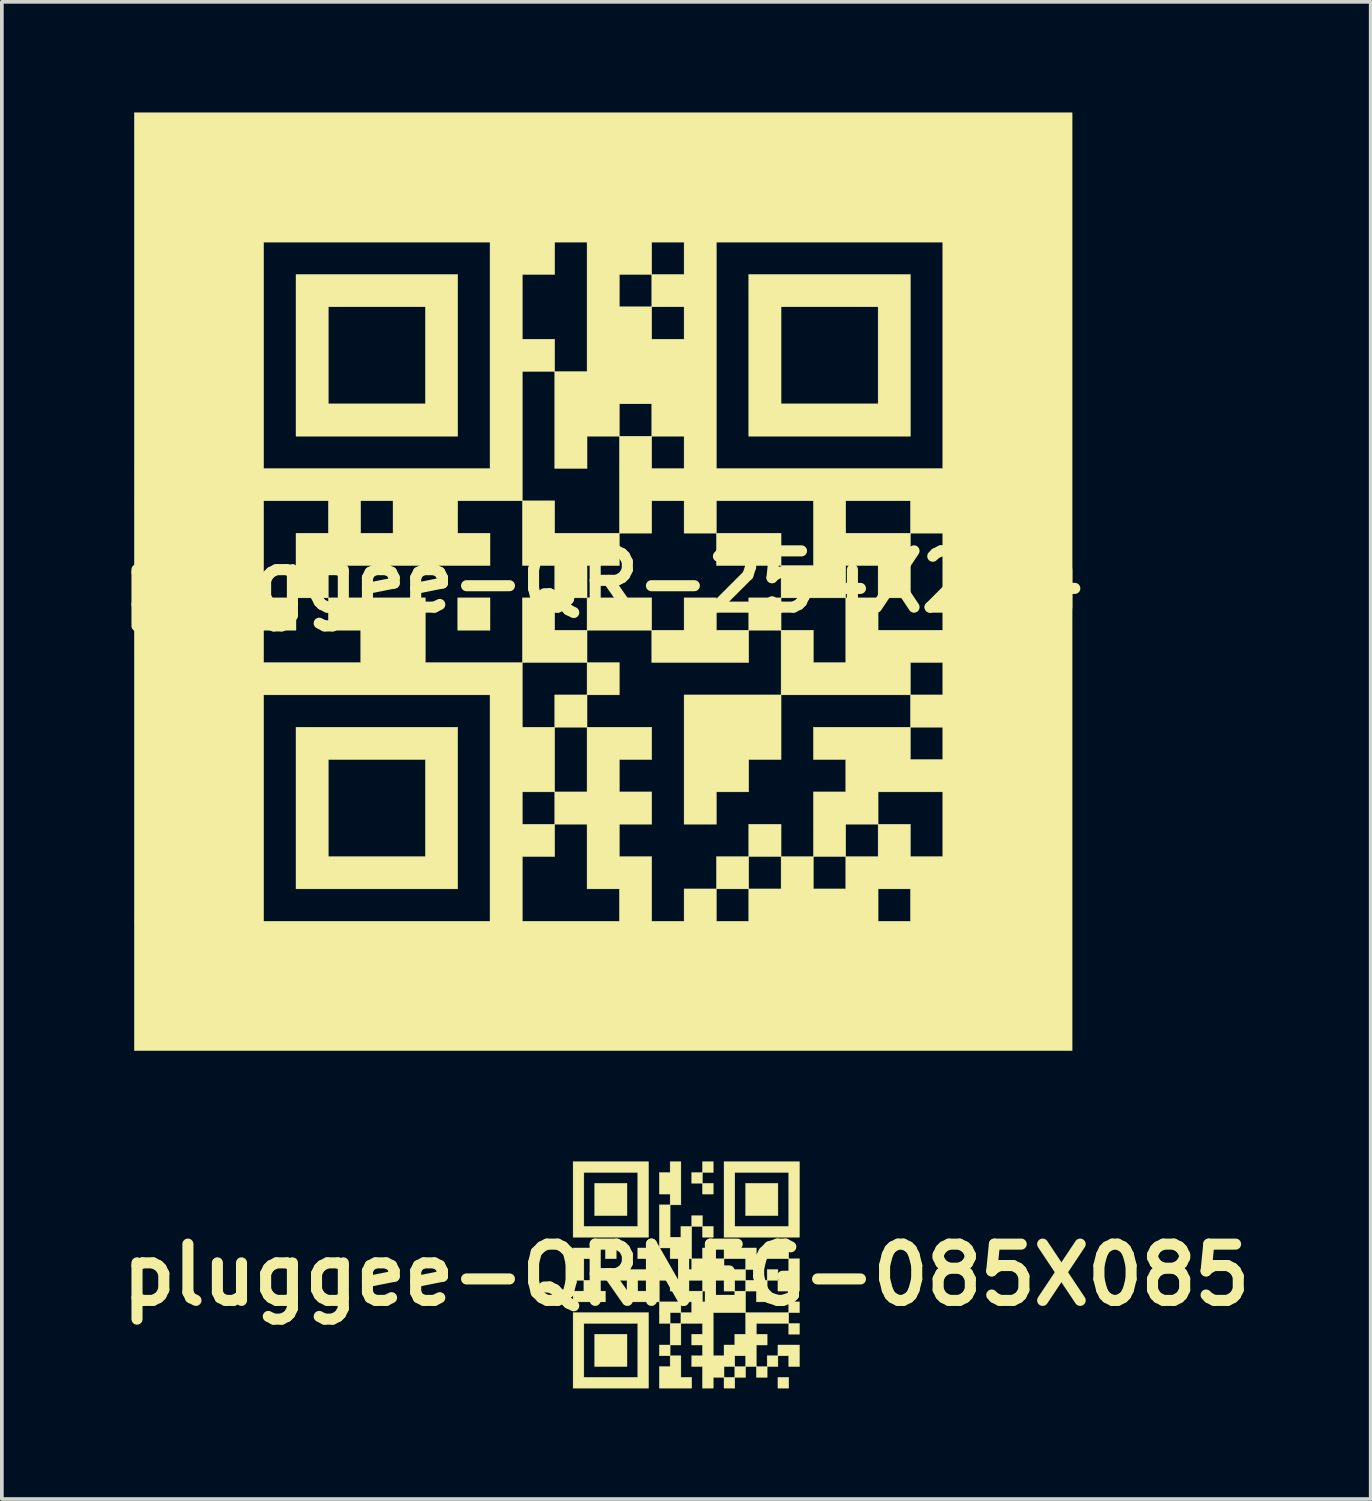
<source format=kicad_pcb>
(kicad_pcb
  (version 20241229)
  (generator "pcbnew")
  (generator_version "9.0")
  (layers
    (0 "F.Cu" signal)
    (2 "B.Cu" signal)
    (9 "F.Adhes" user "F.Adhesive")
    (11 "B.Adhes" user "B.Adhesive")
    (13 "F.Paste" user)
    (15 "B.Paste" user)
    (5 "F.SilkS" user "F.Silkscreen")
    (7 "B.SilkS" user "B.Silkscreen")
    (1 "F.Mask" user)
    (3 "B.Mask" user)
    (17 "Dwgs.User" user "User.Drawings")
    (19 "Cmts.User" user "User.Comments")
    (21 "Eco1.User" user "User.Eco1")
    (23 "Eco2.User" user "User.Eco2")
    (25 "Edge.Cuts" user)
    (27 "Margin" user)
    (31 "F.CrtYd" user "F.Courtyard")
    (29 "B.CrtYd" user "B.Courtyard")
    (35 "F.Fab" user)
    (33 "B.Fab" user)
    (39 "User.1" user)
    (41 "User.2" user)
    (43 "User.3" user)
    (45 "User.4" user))
  (footprint "pluggee-QRNEG-085X085"
    (layer "F.Cu")
    (at 15.538 31.481)
    (property "Reference" "pluggee-QRNEG-085X085" (at 0 0 0) (layer "F.SilkS") (effects (font (size 1.524 1.524) (thickness 0.3))))
    (attr through_hole)
    (fp_poly (pts (xy -1.898 -0.438) (xy -2.19 -0.438) (xy -2.19 -0.73) (xy -1.898 -0.73) (xy -1.898 -0.438)) (stroke (width 0.01) (type solid)) (fill yes) (layer "F.SilkS"))
    (fp_poly (pts (xy -1.606 -1.606) (xy -2.482 -1.606) (xy -2.482 -2.482) (xy -1.606 -2.482) (xy -1.606 -1.606)) (stroke (width 0.01) (type solid)) (fill yes) (layer "F.SilkS"))
    (fp_poly (pts (xy -1.606 2.482) (xy -2.482 2.482) (xy -2.482 1.606) (xy -1.606 1.606) (xy -1.606 2.482)) (stroke (width 0.01) (type solid)) (fill yes) (layer "F.SilkS"))
    (fp_poly (pts (xy -0.438 2.19) (xy -0.73 2.19) (xy -0.73 1.898) (xy -0.438 1.898) (xy -0.438 2.19)) (stroke (width 0.01) (type solid)) (fill yes) (layer "F.SilkS"))
    (fp_poly (pts (xy -0.146 0.438) (xy -0.438 0.438) (xy -0.438 0.146) (xy -0.146 0.146) (xy -0.146 0.438)) (stroke (width 0.01) (type solid)) (fill yes) (layer "F.SilkS"))
    (fp_poly (pts (xy 0.438 -2.482) (xy 0.146 -2.482) (xy 0.146 -2.774) (xy 0.438 -2.774) (xy 0.438 -2.482)) (stroke (width 0.01) (type solid)) (fill yes) (layer "F.SilkS"))
    (fp_poly (pts (xy 0.438 -1.314) (xy 0.146 -1.314) (xy 0.146 -1.606) (xy 0.438 -1.606) (xy 0.438 -1.314)) (stroke (width 0.01) (type solid)) (fill yes) (layer "F.SilkS"))
    (fp_poly (pts (xy 0.73 -2.774) (xy 0.438 -2.774) (xy 0.438 -3.066) (xy 0.73 -3.066) (xy 0.73 -2.774)) (stroke (width 0.01) (type solid)) (fill yes) (layer "F.SilkS"))
    (fp_poly (pts (xy 0.73 -2.19) (xy 0.438 -2.19) (xy 0.438 -2.482) (xy 0.73 -2.482) (xy 0.73 -2.19)) (stroke (width 0.01) (type solid)) (fill yes) (layer "F.SilkS"))
    (fp_poly (pts (xy 0.73 -1.022) (xy 0.438 -1.022) (xy 0.438 -1.314) (xy 0.73 -1.314) (xy 0.73 -1.022)) (stroke (width 0.01) (type solid)) (fill yes) (layer "F.SilkS"))
    (fp_poly (pts (xy 2.19 2.774) (xy 1.898 2.774) (xy 1.898 2.482) (xy 2.19 2.482) (xy 2.19 2.774)) (stroke (width 0.01) (type solid)) (fill yes) (layer "F.SilkS"))
    (fp_poly (pts (xy 2.482 -1.606) (xy 1.606 -1.606) (xy 1.606 -2.482) (xy 2.482 -2.482) (xy 2.482 -1.606)) (stroke (width 0.01) (type solid)) (fill yes) (layer "F.SilkS"))
    (fp_poly (pts (xy 2.482 0.146) (xy 2.19 0.146) (xy 2.19 -0.146) (xy 2.482 -0.146) (xy 2.482 0.146)) (stroke (width 0.01) (type solid)) (fill yes) (layer "F.SilkS"))
    (fp_poly (pts (xy 2.482 2.482) (xy 2.19 2.482) (xy 2.19 2.19) (xy 2.482 2.19) (xy 2.482 2.482)) (stroke (width 0.01) (type solid)) (fill yes) (layer "F.SilkS"))
    (fp_poly (pts (xy 2.774 -0.438) (xy 2.19 -0.438) (xy 2.19 -0.73) (xy 2.774 -0.73) (xy 2.774 -0.438)) (stroke (width 0.01) (type solid)) (fill yes) (layer "F.SilkS"))
    (fp_poly (pts (xy 2.774 3.066) (xy 2.482 3.066) (xy 2.482 2.774) (xy 2.774 2.774) (xy 2.774 3.066)) (stroke (width 0.01) (type solid)) (fill yes) (layer "F.SilkS"))
    (fp_poly (pts (xy 3.066 1.022) (xy 2.774 1.022) (xy 2.774 0.73) (xy 3.066 0.73) (xy 3.066 1.022)) (stroke (width 0.01) (type solid)) (fill yes) (layer "F.SilkS"))
    (fp_poly (pts (xy 3.066 1.606) (xy 2.774 1.606) (xy 2.774 1.314) (xy 3.066 1.314) (xy 3.066 1.606)) (stroke (width 0.01) (type solid)) (fill yes) (layer "F.SilkS"))
    (fp_poly (pts (xy -2.482 -0.438) (xy -2.774 -0.438) (xy -2.774 0.146) (xy -3.066 0.146) (xy -3.066 -0.73) (xy -2.482 -0.73) (xy -2.482 -0.438)) (stroke (width 0.01) (type solid)) (fill yes) (layer "F.SilkS"))
    (fp_poly (pts (xy 2.482 1.898) (xy 3.066 1.898) (xy 3.066 2.482) (xy 2.774 2.482) (xy 2.774 2.19) (xy 2.482 2.19) (xy 2.482 1.898)) (stroke (width 0.01) (type solid)) (fill yes) (layer "F.SilkS"))
    (fp_poly (pts (xy 3.066 0.438) (xy 2.482 0.438) (xy 2.482 0.146) (xy 2.774 0.146) (xy 2.774 -0.438) (xy 3.066 -0.438) (xy 3.066 0.438)) (stroke (width 0.01) (type solid)) (fill yes) (layer "F.SilkS"))
    (fp_poly (pts (xy -2.482 0.438) (xy -2.19 0.438) (xy -2.19 0.73) (xy -3.066 0.73) (xy -3.066 0.438) (xy -2.774 0.438) (xy -2.774 0.146) (xy -2.482 0.146) (xy -2.482 0.438)) (stroke (width 0.01) (type solid)) (fill yes) (layer "F.SilkS"))
    (fp_poly (pts (xy -0.146 -1.898) (xy -0.438 -1.898) (xy -0.438 -2.19) (xy -0.73 -2.19) (xy -0.73 -2.774) (xy -0.438 -2.774) (xy -0.438 -3.066) (xy -0.146 -3.066) (xy -0.146 -1.898)) (stroke (width 0.01) (type solid)) (fill yes) (layer "F.SilkS"))
    (fp_poly (pts (xy -0.146 2.774) (xy 0.146 2.774) (xy 0.146 3.066) (xy -0.73 3.066) (xy -0.73 2.482) (xy -0.438 2.482) (xy -0.438 2.19) (xy -0.146 2.19) (xy -0.146 2.774)) (stroke (width 0.01) (type solid)) (fill yes) (layer "F.SilkS"))
    (fp_poly (pts (xy -1.022 -1.022) (xy -3.066 -1.022) (xy -3.066 -2.774) (xy -2.774 -2.774) (xy -2.774 -1.314) (xy -1.314 -1.314) (xy -1.314 -2.774) (xy -2.774 -2.774) (xy -3.066 -2.774) (xy -3.066 -3.066) (xy -1.022 -3.066) (xy -1.022 -1.022)) (stroke (width 0.01) (type solid)) (fill yes) (layer "F.SilkS"))
    (fp_poly (pts (xy -1.022 3.066) (xy -3.066 3.066) (xy -3.066 1.314) (xy -2.774 1.314) (xy -2.774 2.774) (xy -1.314 2.774) (xy -1.314 1.314) (xy -2.774 1.314) (xy -3.066 1.314) (xy -3.066 1.022) (xy -1.022 1.022) (xy -1.022 3.066)) (stroke (width 0.01) (type solid)) (fill yes) (layer "F.SilkS"))
    (fp_poly (pts (xy 3.066 -1.022) (xy 1.022 -1.022) (xy 1.022 -2.774) (xy 1.314 -2.774) (xy 1.314 -1.314) (xy 2.774 -1.314) (xy 2.774 -2.774) (xy 1.314 -2.774) (xy 1.022 -2.774) (xy 1.022 -3.066) (xy 3.066 -3.066) (xy 3.066 -1.022)) (stroke (width 0.01) (type solid)) (fill yes) (layer "F.SilkS"))
    (fp_poly (pts (xy 2.774 1.022) (xy 2.774 1.314) (xy 1.898 1.314) (xy 1.898 1.606) (xy 2.19 1.606) (xy 2.19 1.898) (xy 1.898 1.898) (xy 1.898 2.482) (xy 1.606 2.482) (xy 1.606 2.774) (xy 1.314 2.774) (xy 1.314 3.066) (xy 1.022 3.066) (xy 1.022 2.774) (xy 0.73 2.774) (xy 0.73 3.066) (xy 0.438 3.066) (xy 0.438 2.482) (xy 1.022 2.482) (xy 1.022 2.774) (xy 1.314 2.774) (xy 1.314 2.482) (xy 1.022 2.482) (xy 0.438 2.482) (xy 0.146 2.482) (xy 0.146 2.19) (xy 0.438 2.19) (xy 0.438 1.898) (xy 0.146 1.898) (xy 0.146 1.606) (xy 0.438 1.606) (xy 0.438 1.314) (xy -0.146 1.314) (xy -0.146 1.898) (xy -0.438 1.898) (xy -0.438 1.314) (xy -0.73 1.314) (xy -0.73 1.022) (xy -0.438 1.022) (xy -0.438 1.314) (xy -0.146 1.314) (xy -0.146 1.022) (xy -0.438 1.022) (xy -0.73 1.022) (xy -0.73 0.73) (xy -1.606 0.73) (xy -1.606 0.146) (xy -1.314 0.146) (xy -1.314 0.438) (xy -1.022 0.438) (xy -1.022 0.146) (xy -1.314 0.146) (xy -1.606 0.146) (xy -2.482 0.146) (xy -2.482 -0.146) (xy -1.022 -0.146) (xy -1.022 -0.438) (xy -1.314 -0.438) (xy -1.314 -0.73) (xy -0.73 -0.73) (xy -0.73 -0.146) (xy -0.438 -0.146) (xy -0.438 0.146) (xy -0.73 0.146) (xy -0.73 0.73) (xy -0.146 0.73) (xy -0.146 1.022) (xy 0.146 1.022) (xy 0.73 1.022) (xy 0.73 2.19) (xy 1.022 2.19) (xy 1.314 2.19) (xy 1.314 2.482) (xy 1.606 2.482) (xy 1.606 2.19) (xy 1.314 2.19) (xy 1.022 2.19) (xy 1.022 1.898) (xy 1.314 1.898) (xy 1.314 1.606) (xy 1.606 1.606) (xy 1.606 1.022) (xy 0.73 1.022) (xy 0.146 1.022) (xy 0.146 0.73) (xy -0.146 0.73) (xy -0.146 0.438) (xy 0.438 0.438) (xy 0.438 0.73) (xy 1.314 0.73) (xy 1.314 0.438) (xy 1.022 0.438) (xy 1.022 0.146) (xy 1.314 0.146) (xy 1.314 0.438) (xy 1.606 0.438) (xy 1.606 0.146) (xy 1.314 0.146) (xy 1.022 0.146) (xy 0.73 0.146) (xy 0.73 0.438) (xy 0.438 0.438) (xy 0.438 0.146) (xy -0.146 0.146) (xy -0.146 -0.146) (xy 0.146 -0.146) (xy 0.146 -0.438) (xy -0.438 -0.438) (xy -0.438 -0.73) (xy -0.73 -0.73) (xy -0.73 -1.898) (xy -0.438 -1.898) (xy -0.438 -1.022) (xy -0.146 -1.022) (xy -0.146 -1.314) (xy 0.146 -1.314) (xy 0.146 -0.438) (xy 0.438 -0.438) (xy 0.438 -0.73) (xy 0.73 -0.73) (xy 0.73 -0.438) (xy 1.022 -0.438) (xy 1.022 -0.146) (xy 1.606 -0.146) (xy 1.606 -0.438) (xy 1.022 -0.438) (xy 1.022 -0.73) (xy 1.898 -0.73) (xy 1.898 -0.146) (xy 1.606 -0.146) (xy 1.606 0.146) (xy 2.19 0.146) (xy 2.19 0.73) (xy 1.898 0.73) (xy 1.898 0.438) (xy 1.606 0.438) (xy 1.606 1.022) (xy 2.774 1.022)) (stroke (width 0.01) (type solid)) (fill yes) (layer "F.SilkS")))
  (footprint "pluggee-QR-254X254"
    (layer "F.Cu")
    (at 13.288 12.705)
    (property "Reference" "pluggee-QR-254X254" (at 0 0 0) (layer "F.SilkS") (effects (font (size 1.524 1.524) (thickness 0.3))))
    (attr through_hole)
    (fp_poly (pts (xy -3.066 1.314) (xy -3.941 1.314) (xy -3.941 0.438) (xy -3.066 0.438) (xy -3.066 1.314)) (stroke (width 0.01) (type solid)) (fill yes) (layer "F.SilkS"))
    (fp_poly (pts (xy -0.438 3.941) (xy -1.314 3.941) (xy -1.314 3.066) (xy -0.438 3.066) (xy -0.438 3.941)) (stroke (width 0.01) (type solid)) (fill yes) (layer "F.SilkS"))
    (fp_poly (pts (xy 0.438 3.066) (xy -0.438 3.066) (xy -0.438 2.19) (xy 0.438 2.19) (xy 0.438 3.066)) (stroke (width 0.01) (type solid)) (fill yes) (layer "F.SilkS"))
    (fp_poly (pts (xy 3.941 8.321) (xy 3.066 8.321) (xy 3.066 7.445) (xy 3.941 7.445) (xy 3.941 8.321)) (stroke (width 0.01) (type solid)) (fill yes) (layer "F.SilkS"))
    (fp_poly (pts (xy 4.817 -0.438) (xy 3.066 -0.438) (xy 3.066 -1.314) (xy 4.817 -1.314) (xy 4.817 -0.438)) (stroke (width 0.01) (type solid)) (fill yes) (layer "F.SilkS"))
    (fp_poly (pts (xy 4.817 1.314) (xy 3.941 1.314) (xy 3.941 0.438) (xy 4.817 0.438) (xy 4.817 1.314)) (stroke (width 0.01) (type solid)) (fill yes) (layer "F.SilkS"))
    (fp_poly (pts (xy 4.817 7.445) (xy 3.941 7.445) (xy 3.941 6.569) (xy 4.817 6.569) (xy 4.817 7.445)) (stroke (width 0.01) (type solid)) (fill yes) (layer "F.SilkS"))
    (fp_poly (pts (xy 3.066 1.314) (xy 3.941 1.314) (xy 3.941 2.19) (xy 1.314 2.19) (xy 1.314 1.314) (xy 2.19 1.314) (xy 2.19 0.438) (xy 3.066 0.438) (xy 3.066 1.314)) (stroke (width 0.01) (type solid)) (fill yes) (layer "F.SilkS"))
    (fp_poly (pts (xy 4.817 4.817) (xy 3.941 4.817) (xy 3.941 5.693) (xy 3.066 5.693) (xy 3.066 6.569) (xy 2.19 6.569) (xy 2.19 3.066) (xy 4.817 3.066) (xy 4.817 4.817)) (stroke (width 0.01) (type solid)) (fill yes) (layer "F.SilkS"))
    (fp_poly (pts (xy -3.941 -3.941) (xy -8.321 -3.941) (xy -8.321 -7.445) (xy -7.445 -7.445) (xy -7.445 -4.817) (xy -4.817 -4.817) (xy -4.817 -7.445) (xy -7.445 -7.445) (xy -8.321 -7.445) (xy -8.321 -8.321) (xy -3.941 -8.321) (xy -3.941 -3.941)) (stroke (width 0.01) (type solid)) (fill yes) (layer "F.SilkS"))
    (fp_poly (pts (xy -3.941 8.321) (xy -8.321 8.321) (xy -8.321 4.817) (xy -7.445 4.817) (xy -7.445 7.445) (xy -4.817 7.445) (xy -4.817 4.817) (xy -7.445 4.817) (xy -8.321 4.817) (xy -8.321 3.941) (xy -3.941 3.941) (xy -3.941 8.321)) (stroke (width 0.01) (type solid)) (fill yes) (layer "F.SilkS"))
    (fp_poly (pts (xy 8.321 -3.941) (xy 3.941 -3.941) (xy 3.941 -7.445) (xy 4.817 -7.445) (xy 4.817 -4.817) (xy 7.445 -4.817) (xy 7.445 -7.445) (xy 4.817 -7.445) (xy 3.941 -7.445) (xy 3.941 -8.321) (xy 8.321 -8.321) (xy 8.321 -3.941)) (stroke (width 0.01) (type solid)) (fill yes) (layer "F.SilkS"))
    (fp_poly (pts (xy 1.314 0.438) (xy 1.314 1.314) (xy -0.438 1.314) (xy -0.438 2.19) (xy -2.19 2.19) (xy -2.19 0.438) (xy -1.314 0.438) (xy -1.314 1.314) (xy -0.438 1.314) (xy -0.438 0.438) (xy -1.314 0.438) (xy -1.314 -0.438) (xy -2.19 -0.438) (xy -2.19 -2.19) (xy -1.314 -2.19) (xy -1.314 -1.314) (xy 0.438 -1.314) (xy 0.438 -0.438) (xy -0.438 -0.438) (xy -0.438 0.438) (xy 1.314 0.438)) (stroke (width 0.01) (type solid)) (fill yes) (layer "F.SilkS"))
    (fp_poly (pts (xy 12.7 12.7) (xy -12.7 12.7) (xy -12.7 3.066) (xy -9.197 3.066) (xy -9.197 9.197) (xy -3.066 9.197) (xy -3.066 7.445) (xy -2.19 7.445) (xy -2.19 9.197) (xy 0.438 9.197) (xy 0.438 8.321) (xy -0.438 8.321) (xy -0.438 6.569) (xy -1.314 6.569) (xy -1.314 7.445) (xy -2.19 7.445) (xy -3.066 7.445) (xy -3.066 5.693) (xy -2.19 5.693) (xy -2.19 6.569) (xy -1.314 6.569) (xy -1.314 5.693) (xy -2.19 5.693) (xy -3.066 5.693) (xy -3.066 3.066) (xy -9.197 3.066) (xy -12.7 3.066) (xy -12.7 1.314) (xy -9.197 1.314) (xy -9.197 2.19) (xy -6.569 2.19) (xy -6.569 1.314) (xy -7.445 1.314) (xy -7.445 0.438) (xy -8.321 0.438) (xy -8.321 1.314) (xy -9.197 1.314) (xy -12.7 1.314) (xy -12.7 -2.19) (xy -9.197 -2.19) (xy -9.197 0.438) (xy -8.321 0.438) (xy -8.321 -0.438) (xy -7.445 -0.438) (xy -7.445 0.438) (xy -4.817 0.438) (xy -4.817 2.19) (xy -2.19 2.19) (xy -2.19 3.941) (xy -1.314 3.941) (xy -1.314 5.693) (xy -0.438 5.693) (xy -0.438 3.941) (xy 1.314 3.941) (xy 1.314 4.817) (xy 0.438 4.817) (xy 0.438 5.693) (xy 1.314 5.693) (xy 1.314 6.569) (xy 0.438 6.569) (xy 0.438 7.445) (xy 1.314 7.445) (xy 1.314 9.197) (xy 2.19 9.197) (xy 2.19 8.321) (xy 3.066 8.321) (xy 3.066 9.197) (xy 3.941 9.197) (xy 3.941 8.321) (xy 4.817 8.321) (xy 4.817 7.445) (xy 5.693 7.445) (xy 5.693 8.321) (xy 6.569 8.321) (xy 7.445 8.321) (xy 7.445 9.197) (xy 8.321 9.197) (xy 8.321 8.321) (xy 7.445 8.321) (xy 6.569 8.321) (xy 6.569 7.445) (xy 5.693 7.445) (xy 5.693 6.569) (xy 6.569 6.569) (xy 6.569 7.445) (xy 7.445 7.445) (xy 7.445 6.569) (xy 6.569 6.569) (xy 5.693 6.569) (xy 5.693 5.693) (xy 6.569 5.693) (xy 7.445 5.693) (xy 7.445 6.569) (xy 8.321 6.569) (xy 8.321 7.445) (xy 9.197 7.445) (xy 9.197 5.693) (xy 7.445 5.693) (xy 6.569 5.693) (xy 6.569 4.817) (xy 5.693 4.817) (xy 5.693 3.941) (xy 8.321 3.941) (xy 8.321 4.817) (xy 9.197 4.817) (xy 9.197 3.941) (xy 8.321 3.941) (xy 8.321 3.066) (xy 4.817 3.066) (xy 4.817 1.314) (xy 5.693 1.314) (xy 5.693 2.19) (xy 6.569 2.19) (xy 8.321 2.19) (xy 8.321 3.066) (xy 9.197 3.066) (xy 9.197 2.19) (xy 8.321 2.19) (xy 6.569 2.19) (xy 6.569 0.438) (xy 4.817 0.438) (xy 4.817 -0.438) (xy 5.693 -0.438) (xy 6.569 -0.438) (xy 6.569 0.438) (xy 7.445 0.438) (xy 7.445 1.314) (xy 9.197 1.314) (xy 9.197 -1.314) (xy 8.321 -1.314) (xy 8.321 0.438) (xy 7.445 0.438) (xy 7.445 -0.438) (xy 6.569 -0.438) (xy 5.693 -0.438) (xy 5.693 -2.19) (xy 6.569 -2.19) (xy 6.569 -1.314) (xy 8.321 -1.314) (xy 8.321 -2.19) (xy 6.569 -2.19) (xy 5.693 -2.19) (xy 3.066 -2.19) (xy 3.066 -1.314) (xy 2.19 -1.314) (xy 2.19 -2.19) (xy 1.314 -2.19) (xy 1.314 -1.314) (xy 0.438 -1.314) (xy 0.438 -3.941) (xy -0.438 -3.941) (xy -0.438 -3.066) (xy -1.314 -3.066) (xy -1.314 -4.817) (xy 0.438 -4.817) (xy 0.438 -3.941) (xy 1.314 -3.941) (xy 1.314 -3.066) (xy 2.19 -3.066) (xy 2.19 -3.941) (xy 1.314 -3.941) (xy 1.314 -4.817) (xy 0.438 -4.817) (xy -1.314 -4.817) (xy -1.314 -5.693) (xy -2.19 -5.693) (xy -2.19 -2.19) (xy -3.941 -2.19) (xy -3.941 -1.314) (xy -3.066 -1.314) (xy -3.066 -0.438) (xy -7.445 -0.438) (xy -8.321 -0.438) (xy -8.321 -1.314) (xy -7.445 -1.314) (xy -7.445 -2.19) (xy -6.569 -2.19) (xy -6.569 -1.314) (xy -5.693 -1.314) (xy -5.693 -2.19) (xy -6.569 -2.19) (xy -7.445 -2.19) (xy -9.197 -2.19) (xy -12.7 -2.19) (xy -12.7 -9.197) (xy -9.197 -9.197) (xy -9.197 -3.066) (xy -3.066 -3.066) (xy -3.066 -8.321) (xy -2.19 -8.321) (xy -2.19 -6.569) (xy -1.314 -6.569) (xy -1.314 -5.693) (xy -0.438 -5.693) (xy -0.438 -8.321) (xy 0.438 -8.321) (xy 0.438 -7.445) (xy 1.314 -7.445) (xy 1.314 -6.569) (xy 2.19 -6.569) (xy 2.19 -7.445) (xy 1.314 -7.445) (xy 1.314 -8.321) (xy 0.438 -8.321) (xy -0.438 -8.321) (xy -0.438 -9.197) (xy 1.314 -9.197) (xy 1.314 -8.321) (xy 2.19 -8.321) (xy 2.19 -9.197) (xy 3.066 -9.197) (xy 3.066 -3.066) (xy 9.197 -3.066) (xy 9.197 -9.197) (xy 3.066 -9.197) (xy 2.19 -9.197) (xy 1.314 -9.197) (xy -0.438 -9.197) (xy -1.314 -9.197) (xy -1.314 -8.321) (xy -2.19 -8.321) (xy -3.066 -8.321) (xy -3.066 -9.197) (xy -9.197 -9.197) (xy -12.7 -9.197) (xy -12.7 -12.7) (xy 12.7 -12.7) (xy 12.7 12.7)) (stroke (width 0.01) (type solid)) (fill yes) (layer "F.SilkS")))
  (gr_rect
    (start -3 -3)
    (end 34.075 37.551)
    (stroke (width 0.1) (type default))
    (fill no)
    (layer "Edge.Cuts")))
</source>
